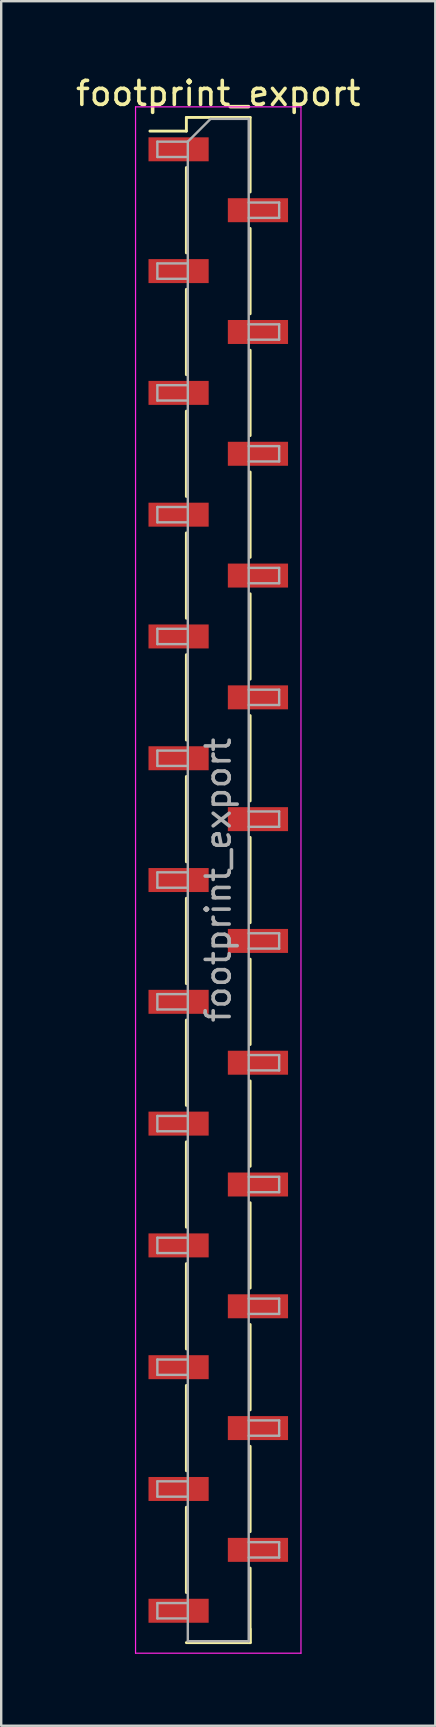
<source format=kicad_pcb>
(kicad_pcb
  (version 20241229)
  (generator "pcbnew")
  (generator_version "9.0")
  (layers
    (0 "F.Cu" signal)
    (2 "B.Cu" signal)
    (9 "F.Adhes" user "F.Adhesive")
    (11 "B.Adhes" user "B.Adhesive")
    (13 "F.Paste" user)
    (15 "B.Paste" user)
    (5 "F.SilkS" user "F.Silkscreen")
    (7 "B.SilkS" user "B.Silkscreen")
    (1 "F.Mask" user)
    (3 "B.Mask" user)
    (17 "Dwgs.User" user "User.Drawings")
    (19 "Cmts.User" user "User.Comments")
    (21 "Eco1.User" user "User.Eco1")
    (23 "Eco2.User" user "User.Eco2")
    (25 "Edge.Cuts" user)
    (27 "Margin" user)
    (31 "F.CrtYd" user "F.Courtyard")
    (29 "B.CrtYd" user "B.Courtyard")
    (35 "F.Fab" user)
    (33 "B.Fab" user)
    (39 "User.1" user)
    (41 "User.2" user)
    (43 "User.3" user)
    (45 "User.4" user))
  (footprint "footprint_export"
    (layer "F.Cu")
    (at 6.054 33.658)
    (property "Reference" "footprint_export" (at 0 -32.81 0) (layer "F.SilkS") (effects (font (size 1 1) (thickness 0.15))))
    (attr smd)
    (fp_line (start -1.33 -31.81) (end -1.33 -31.24) (stroke (width 0.12) (type solid)) (layer "F.SilkS"))
    (fp_line (start -1.33 -31.81) (end 1.33 -31.81) (stroke (width 0.12) (type solid)) (layer "F.SilkS"))
    (fp_line (start -1.33 -31.24) (end -2.85 -31.24) (stroke (width 0.12) (type solid)) (layer "F.SilkS"))
    (fp_line (start -1.33 -29.72) (end -1.33 -26.16) (stroke (width 0.12) (type solid)) (layer "F.SilkS"))
    (fp_line (start -1.33 -24.64) (end -1.33 -21.08) (stroke (width 0.12) (type solid)) (layer "F.SilkS"))
    (fp_line (start -1.33 -19.56) (end -1.33 -16) (stroke (width 0.12) (type solid)) (layer "F.SilkS"))
    (fp_line (start -1.33 -14.48) (end -1.33 -10.92) (stroke (width 0.12) (type solid)) (layer "F.SilkS"))
    (fp_line (start -1.33 -9.4) (end -1.33 -5.84) (stroke (width 0.12) (type solid)) (layer "F.SilkS"))
    (fp_line (start -1.33 -4.32) (end -1.33 -0.76) (stroke (width 0.12) (type solid)) (layer "F.SilkS"))
    (fp_line (start -1.33 0.76) (end -1.33 4.32) (stroke (width 0.12) (type solid)) (layer "F.SilkS"))
    (fp_line (start -1.33 5.84) (end -1.33 9.4) (stroke (width 0.12) (type solid)) (layer "F.SilkS"))
    (fp_line (start -1.33 10.92) (end -1.33 14.48) (stroke (width 0.12) (type solid)) (layer "F.SilkS"))
    (fp_line (start -1.33 16) (end -1.33 19.56) (stroke (width 0.12) (type solid)) (layer "F.SilkS"))
    (fp_line (start -1.33 21.08) (end -1.33 24.64) (stroke (width 0.12) (type solid)) (layer "F.SilkS"))
    (fp_line (start -1.33 26.16) (end -1.33 29.72) (stroke (width 0.12) (type solid)) (layer "F.SilkS"))
    (fp_line (start -1.33 31.81) (end 1.33 31.81) (stroke (width 0.12) (type solid)) (layer "F.SilkS"))
    (fp_line (start 1.33 -31.81) (end 1.33 -28.7) (stroke (width 0.12) (type solid)) (layer "F.SilkS"))
    (fp_line (start 1.33 -27.18) (end 1.33 -23.62) (stroke (width 0.12) (type solid)) (layer "F.SilkS"))
    (fp_line (start 1.33 -22.1) (end 1.33 -18.54) (stroke (width 0.12) (type solid)) (layer "F.SilkS"))
    (fp_line (start 1.33 -17.02) (end 1.33 -13.46) (stroke (width 0.12) (type solid)) (layer "F.SilkS"))
    (fp_line (start 1.33 -11.94) (end 1.33 -8.38) (stroke (width 0.12) (type solid)) (layer "F.SilkS"))
    (fp_line (start 1.33 -6.86) (end 1.33 -3.3) (stroke (width 0.12) (type solid)) (layer "F.SilkS"))
    (fp_line (start 1.33 -1.78) (end 1.33 1.78) (stroke (width 0.12) (type solid)) (layer "F.SilkS"))
    (fp_line (start 1.33 3.3) (end 1.33 6.86) (stroke (width 0.12) (type solid)) (layer "F.SilkS"))
    (fp_line (start 1.33 8.38) (end 1.33 11.94) (stroke (width 0.12) (type solid)) (layer "F.SilkS"))
    (fp_line (start 1.33 13.46) (end 1.33 17.02) (stroke (width 0.12) (type solid)) (layer "F.SilkS"))
    (fp_line (start 1.33 18.54) (end 1.33 22.1) (stroke (width 0.12) (type solid)) (layer "F.SilkS"))
    (fp_line (start 1.33 23.62) (end 1.33 27.18) (stroke (width 0.12) (type solid)) (layer "F.SilkS"))
    (fp_line (start 1.33 28.7) (end 1.33 31.81) (stroke (width 0.12) (type solid)) (layer "F.SilkS"))
    (fp_line (start 1.33 31.24) (end 1.33 31.81) (stroke (width 0.12) (type solid)) (layer "F.SilkS"))
    (fp_line (start -3.45 -32.25) (end -3.45 32.25) (stroke (width 0.05) (type solid)) (layer "F.CrtYd"))
    (fp_line (start -3.45 32.25) (end 3.45 32.25) (stroke (width 0.05) (type solid)) (layer "F.CrtYd"))
    (fp_line (start 3.45 -32.25) (end -3.45 -32.25) (stroke (width 0.05) (type solid)) (layer "F.CrtYd"))
    (fp_line (start 3.45 32.25) (end 3.45 -32.25) (stroke (width 0.05) (type solid)) (layer "F.CrtYd"))
    (fp_line (start -2.54 -30.8) (end -2.54 -30.16) (stroke (width 0.1) (type solid)) (layer "F.Fab"))
    (fp_line (start -2.54 -30.16) (end -1.27 -30.16) (stroke (width 0.1) (type solid)) (layer "F.Fab"))
    (fp_line (start -2.54 -25.72) (end -2.54 -25.08) (stroke (width 0.1) (type solid)) (layer "F.Fab"))
    (fp_line (start -2.54 -25.08) (end -1.27 -25.08) (stroke (width 0.1) (type solid)) (layer "F.Fab"))
    (fp_line (start -2.54 -20.64) (end -2.54 -20) (stroke (width 0.1) (type solid)) (layer "F.Fab"))
    (fp_line (start -2.54 -20) (end -1.27 -20) (stroke (width 0.1) (type solid)) (layer "F.Fab"))
    (fp_line (start -2.54 -15.56) (end -2.54 -14.92) (stroke (width 0.1) (type solid)) (layer "F.Fab"))
    (fp_line (start -2.54 -14.92) (end -1.27 -14.92) (stroke (width 0.1) (type solid)) (layer "F.Fab"))
    (fp_line (start -2.54 -10.48) (end -2.54 -9.84) (stroke (width 0.1) (type solid)) (layer "F.Fab"))
    (fp_line (start -2.54 -9.84) (end -1.27 -9.84) (stroke (width 0.1) (type solid)) (layer "F.Fab"))
    (fp_line (start -2.54 -5.4) (end -2.54 -4.76) (stroke (width 0.1) (type solid)) (layer "F.Fab"))
    (fp_line (start -2.54 -4.76) (end -1.27 -4.76) (stroke (width 0.1) (type solid)) (layer "F.Fab"))
    (fp_line (start -2.54 -0.32) (end -2.54 0.32) (stroke (width 0.1) (type solid)) (layer "F.Fab"))
    (fp_line (start -2.54 0.32) (end -1.27 0.32) (stroke (width 0.1) (type solid)) (layer "F.Fab"))
    (fp_line (start -2.54 4.76) (end -2.54 5.4) (stroke (width 0.1) (type solid)) (layer "F.Fab"))
    (fp_line (start -2.54 5.4) (end -1.27 5.4) (stroke (width 0.1) (type solid)) (layer "F.Fab"))
    (fp_line (start -2.54 9.84) (end -2.54 10.48) (stroke (width 0.1) (type solid)) (layer "F.Fab"))
    (fp_line (start -2.54 10.48) (end -1.27 10.48) (stroke (width 0.1) (type solid)) (layer "F.Fab"))
    (fp_line (start -2.54 14.92) (end -2.54 15.56) (stroke (width 0.1) (type solid)) (layer "F.Fab"))
    (fp_line (start -2.54 15.56) (end -1.27 15.56) (stroke (width 0.1) (type solid)) (layer "F.Fab"))
    (fp_line (start -2.54 20) (end -2.54 20.64) (stroke (width 0.1) (type solid)) (layer "F.Fab"))
    (fp_line (start -2.54 20.64) (end -1.27 20.64) (stroke (width 0.1) (type solid)) (layer "F.Fab"))
    (fp_line (start -2.54 25.08) (end -2.54 25.72) (stroke (width 0.1) (type solid)) (layer "F.Fab"))
    (fp_line (start -2.54 25.72) (end -1.27 25.72) (stroke (width 0.1) (type solid)) (layer "F.Fab"))
    (fp_line (start -2.54 30.16) (end -2.54 30.8) (stroke (width 0.1) (type solid)) (layer "F.Fab"))
    (fp_line (start -2.54 30.8) (end -1.27 30.8) (stroke (width 0.1) (type solid)) (layer "F.Fab"))
    (fp_line (start -1.27 -30.8) (end -2.54 -30.8) (stroke (width 0.1) (type solid)) (layer "F.Fab"))
    (fp_line (start -1.27 -30.8) (end -0.32 -31.75) (stroke (width 0.1) (type solid)) (layer "F.Fab"))
    (fp_line (start -1.27 -25.72) (end -2.54 -25.72) (stroke (width 0.1) (type solid)) (layer "F.Fab"))
    (fp_line (start -1.27 -20.64) (end -2.54 -20.64) (stroke (width 0.1) (type solid)) (layer "F.Fab"))
    (fp_line (start -1.27 -15.56) (end -2.54 -15.56) (stroke (width 0.1) (type solid)) (layer "F.Fab"))
    (fp_line (start -1.27 -10.48) (end -2.54 -10.48) (stroke (width 0.1) (type solid)) (layer "F.Fab"))
    (fp_line (start -1.27 -5.4) (end -2.54 -5.4) (stroke (width 0.1) (type solid)) (layer "F.Fab"))
    (fp_line (start -1.27 -0.32) (end -2.54 -0.32) (stroke (width 0.1) (type solid)) (layer "F.Fab"))
    (fp_line (start -1.27 4.76) (end -2.54 4.76) (stroke (width 0.1) (type solid)) (layer "F.Fab"))
    (fp_line (start -1.27 9.84) (end -2.54 9.84) (stroke (width 0.1) (type solid)) (layer "F.Fab"))
    (fp_line (start -1.27 14.92) (end -2.54 14.92) (stroke (width 0.1) (type solid)) (layer "F.Fab"))
    (fp_line (start -1.27 20) (end -2.54 20) (stroke (width 0.1) (type solid)) (layer "F.Fab"))
    (fp_line (start -1.27 25.08) (end -2.54 25.08) (stroke (width 0.1) (type solid)) (layer "F.Fab"))
    (fp_line (start -1.27 30.16) (end -2.54 30.16) (stroke (width 0.1) (type solid)) (layer "F.Fab"))
    (fp_line (start -1.27 31.75) (end -1.27 -30.8) (stroke (width 0.1) (type solid)) (layer "F.Fab"))
    (fp_line (start -0.32 -31.75) (end 1.27 -31.75) (stroke (width 0.1) (type solid)) (layer "F.Fab"))
    (fp_line (start 1.27 -31.75) (end 1.27 31.75) (stroke (width 0.1) (type solid)) (layer "F.Fab"))
    (fp_line (start 1.27 -28.26) (end 2.54 -28.26) (stroke (width 0.1) (type solid)) (layer "F.Fab"))
    (fp_line (start 1.27 -23.18) (end 2.54 -23.18) (stroke (width 0.1) (type solid)) (layer "F.Fab"))
    (fp_line (start 1.27 -18.1) (end 2.54 -18.1) (stroke (width 0.1) (type solid)) (layer "F.Fab"))
    (fp_line (start 1.27 -13.02) (end 2.54 -13.02) (stroke (width 0.1) (type solid)) (layer "F.Fab"))
    (fp_line (start 1.27 -7.94) (end 2.54 -7.94) (stroke (width 0.1) (type solid)) (layer "F.Fab"))
    (fp_line (start 1.27 -2.86) (end 2.54 -2.86) (stroke (width 0.1) (type solid)) (layer "F.Fab"))
    (fp_line (start 1.27 2.22) (end 2.54 2.22) (stroke (width 0.1) (type solid)) (layer "F.Fab"))
    (fp_line (start 1.27 7.3) (end 2.54 7.3) (stroke (width 0.1) (type solid)) (layer "F.Fab"))
    (fp_line (start 1.27 12.38) (end 2.54 12.38) (stroke (width 0.1) (type solid)) (layer "F.Fab"))
    (fp_line (start 1.27 17.46) (end 2.54 17.46) (stroke (width 0.1) (type solid)) (layer "F.Fab"))
    (fp_line (start 1.27 22.54) (end 2.54 22.54) (stroke (width 0.1) (type solid)) (layer "F.Fab"))
    (fp_line (start 1.27 27.62) (end 2.54 27.62) (stroke (width 0.1) (type solid)) (layer "F.Fab"))
    (fp_line (start 1.27 31.75) (end -1.27 31.75) (stroke (width 0.1) (type solid)) (layer "F.Fab"))
    (fp_line (start 2.54 -28.26) (end 2.54 -27.62) (stroke (width 0.1) (type solid)) (layer "F.Fab"))
    (fp_line (start 2.54 -27.62) (end 1.27 -27.62) (stroke (width 0.1) (type solid)) (layer "F.Fab"))
    (fp_line (start 2.54 -23.18) (end 2.54 -22.54) (stroke (width 0.1) (type solid)) (layer "F.Fab"))
    (fp_line (start 2.54 -22.54) (end 1.27 -22.54) (stroke (width 0.1) (type solid)) (layer "F.Fab"))
    (fp_line (start 2.54 -18.1) (end 2.54 -17.46) (stroke (width 0.1) (type solid)) (layer "F.Fab"))
    (fp_line (start 2.54 -17.46) (end 1.27 -17.46) (stroke (width 0.1) (type solid)) (layer "F.Fab"))
    (fp_line (start 2.54 -13.02) (end 2.54 -12.38) (stroke (width 0.1) (type solid)) (layer "F.Fab"))
    (fp_line (start 2.54 -12.38) (end 1.27 -12.38) (stroke (width 0.1) (type solid)) (layer "F.Fab"))
    (fp_line (start 2.54 -7.94) (end 2.54 -7.3) (stroke (width 0.1) (type solid)) (layer "F.Fab"))
    (fp_line (start 2.54 -7.3) (end 1.27 -7.3) (stroke (width 0.1) (type solid)) (layer "F.Fab"))
    (fp_line (start 2.54 -2.86) (end 2.54 -2.22) (stroke (width 0.1) (type solid)) (layer "F.Fab"))
    (fp_line (start 2.54 -2.22) (end 1.27 -2.22) (stroke (width 0.1) (type solid)) (layer "F.Fab"))
    (fp_line (start 2.54 2.22) (end 2.54 2.86) (stroke (width 0.1) (type solid)) (layer "F.Fab"))
    (fp_line (start 2.54 2.86) (end 1.27 2.86) (stroke (width 0.1) (type solid)) (layer "F.Fab"))
    (fp_line (start 2.54 7.3) (end 2.54 7.94) (stroke (width 0.1) (type solid)) (layer "F.Fab"))
    (fp_line (start 2.54 7.94) (end 1.27 7.94) (stroke (width 0.1) (type solid)) (layer "F.Fab"))
    (fp_line (start 2.54 12.38) (end 2.54 13.02) (stroke (width 0.1) (type solid)) (layer "F.Fab"))
    (fp_line (start 2.54 13.02) (end 1.27 13.02) (stroke (width 0.1) (type solid)) (layer "F.Fab"))
    (fp_line (start 2.54 17.46) (end 2.54 18.1) (stroke (width 0.1) (type solid)) (layer "F.Fab"))
    (fp_line (start 2.54 18.1) (end 1.27 18.1) (stroke (width 0.1) (type solid)) (layer "F.Fab"))
    (fp_line (start 2.54 22.54) (end 2.54 23.18) (stroke (width 0.1) (type solid)) (layer "F.Fab"))
    (fp_line (start 2.54 23.18) (end 1.27 23.18) (stroke (width 0.1) (type solid)) (layer "F.Fab"))
    (fp_line (start 2.54 27.62) (end 2.54 28.26) (stroke (width 0.1) (type solid)) (layer "F.Fab"))
    (fp_line (start 2.54 28.26) (end 1.27 28.26) (stroke (width 0.1) (type solid)) (layer "F.Fab"))
    (fp_text user "${REFERENCE}" (at 0 0 90) (layer "F.Fab") (effects (font (size 1 1) (thickness 0.15))))
    (pad "1" smd rect (at -1.655 -30.48) (size 2.51 1) (layers "F.Cu" "F.Mask" "F.Paste"))
    (pad "2" smd rect (at 1.655 -27.94) (size 2.51 1) (layers "F.Cu" "F.Mask" "F.Paste"))
    (pad "3" smd rect (at -1.655 -25.4) (size 2.51 1) (layers "F.Cu" "F.Mask" "F.Paste"))
    (pad "4" smd rect (at 1.655 -22.86) (size 2.51 1) (layers "F.Cu" "F.Mask" "F.Paste"))
    (pad "5" smd rect (at -1.655 -20.32) (size 2.51 1) (layers "F.Cu" "F.Mask" "F.Paste"))
    (pad "6" smd rect (at 1.655 -17.78) (size 2.51 1) (layers "F.Cu" "F.Mask" "F.Paste"))
    (pad "7" smd rect (at -1.655 -15.24) (size 2.51 1) (layers "F.Cu" "F.Mask" "F.Paste"))
    (pad "8" smd rect (at 1.655 -12.7) (size 2.51 1) (layers "F.Cu" "F.Mask" "F.Paste"))
    (pad "9" smd rect (at -1.655 -10.16) (size 2.51 1) (layers "F.Cu" "F.Mask" "F.Paste"))
    (pad "10" smd rect (at 1.655 -7.62) (size 2.51 1) (layers "F.Cu" "F.Mask" "F.Paste"))
    (pad "11" smd rect (at -1.655 -5.08) (size 2.51 1) (layers "F.Cu" "F.Mask" "F.Paste"))
    (pad "12" smd rect (at 1.655 -2.54) (size 2.51 1) (layers "F.Cu" "F.Mask" "F.Paste"))
    (pad "13" smd rect (at -1.655 0) (size 2.51 1) (layers "F.Cu" "F.Mask" "F.Paste"))
    (pad "14" smd rect (at 1.655 2.54) (size 2.51 1) (layers "F.Cu" "F.Mask" "F.Paste"))
    (pad "15" smd rect (at -1.655 5.08) (size 2.51 1) (layers "F.Cu" "F.Mask" "F.Paste"))
    (pad "16" smd rect (at 1.655 7.62) (size 2.51 1) (layers "F.Cu" "F.Mask" "F.Paste"))
    (pad "17" smd rect (at -1.655 10.16) (size 2.51 1) (layers "F.Cu" "F.Mask" "F.Paste"))
    (pad "18" smd rect (at 1.655 12.7) (size 2.51 1) (layers "F.Cu" "F.Mask" "F.Paste"))
    (pad "19" smd rect (at -1.655 15.24) (size 2.51 1) (layers "F.Cu" "F.Mask" "F.Paste"))
    (pad "20" smd rect (at 1.655 17.78) (size 2.51 1) (layers "F.Cu" "F.Mask" "F.Paste"))
    (pad "21" smd rect (at -1.655 20.32) (size 2.51 1) (layers "F.Cu" "F.Mask" "F.Paste"))
    (pad "22" smd rect (at 1.655 22.86) (size 2.51 1) (layers "F.Cu" "F.Mask" "F.Paste"))
    (pad "23" smd rect (at -1.655 25.4) (size 2.51 1) (layers "F.Cu" "F.Mask" "F.Paste"))
    (pad "24" smd rect (at 1.655 27.94) (size 2.51 1) (layers "F.Cu" "F.Mask" "F.Paste"))
    (pad "25" smd rect (at -1.655 30.48) (size 2.51 1) (layers "F.Cu" "F.Mask" "F.Paste")))
  (gr_rect
    (start -3 -3)
    (end 15.107 68.933)
    (stroke (width 0.1) (type default))
    (fill no)
    (layer "Edge.Cuts")))
</source>
